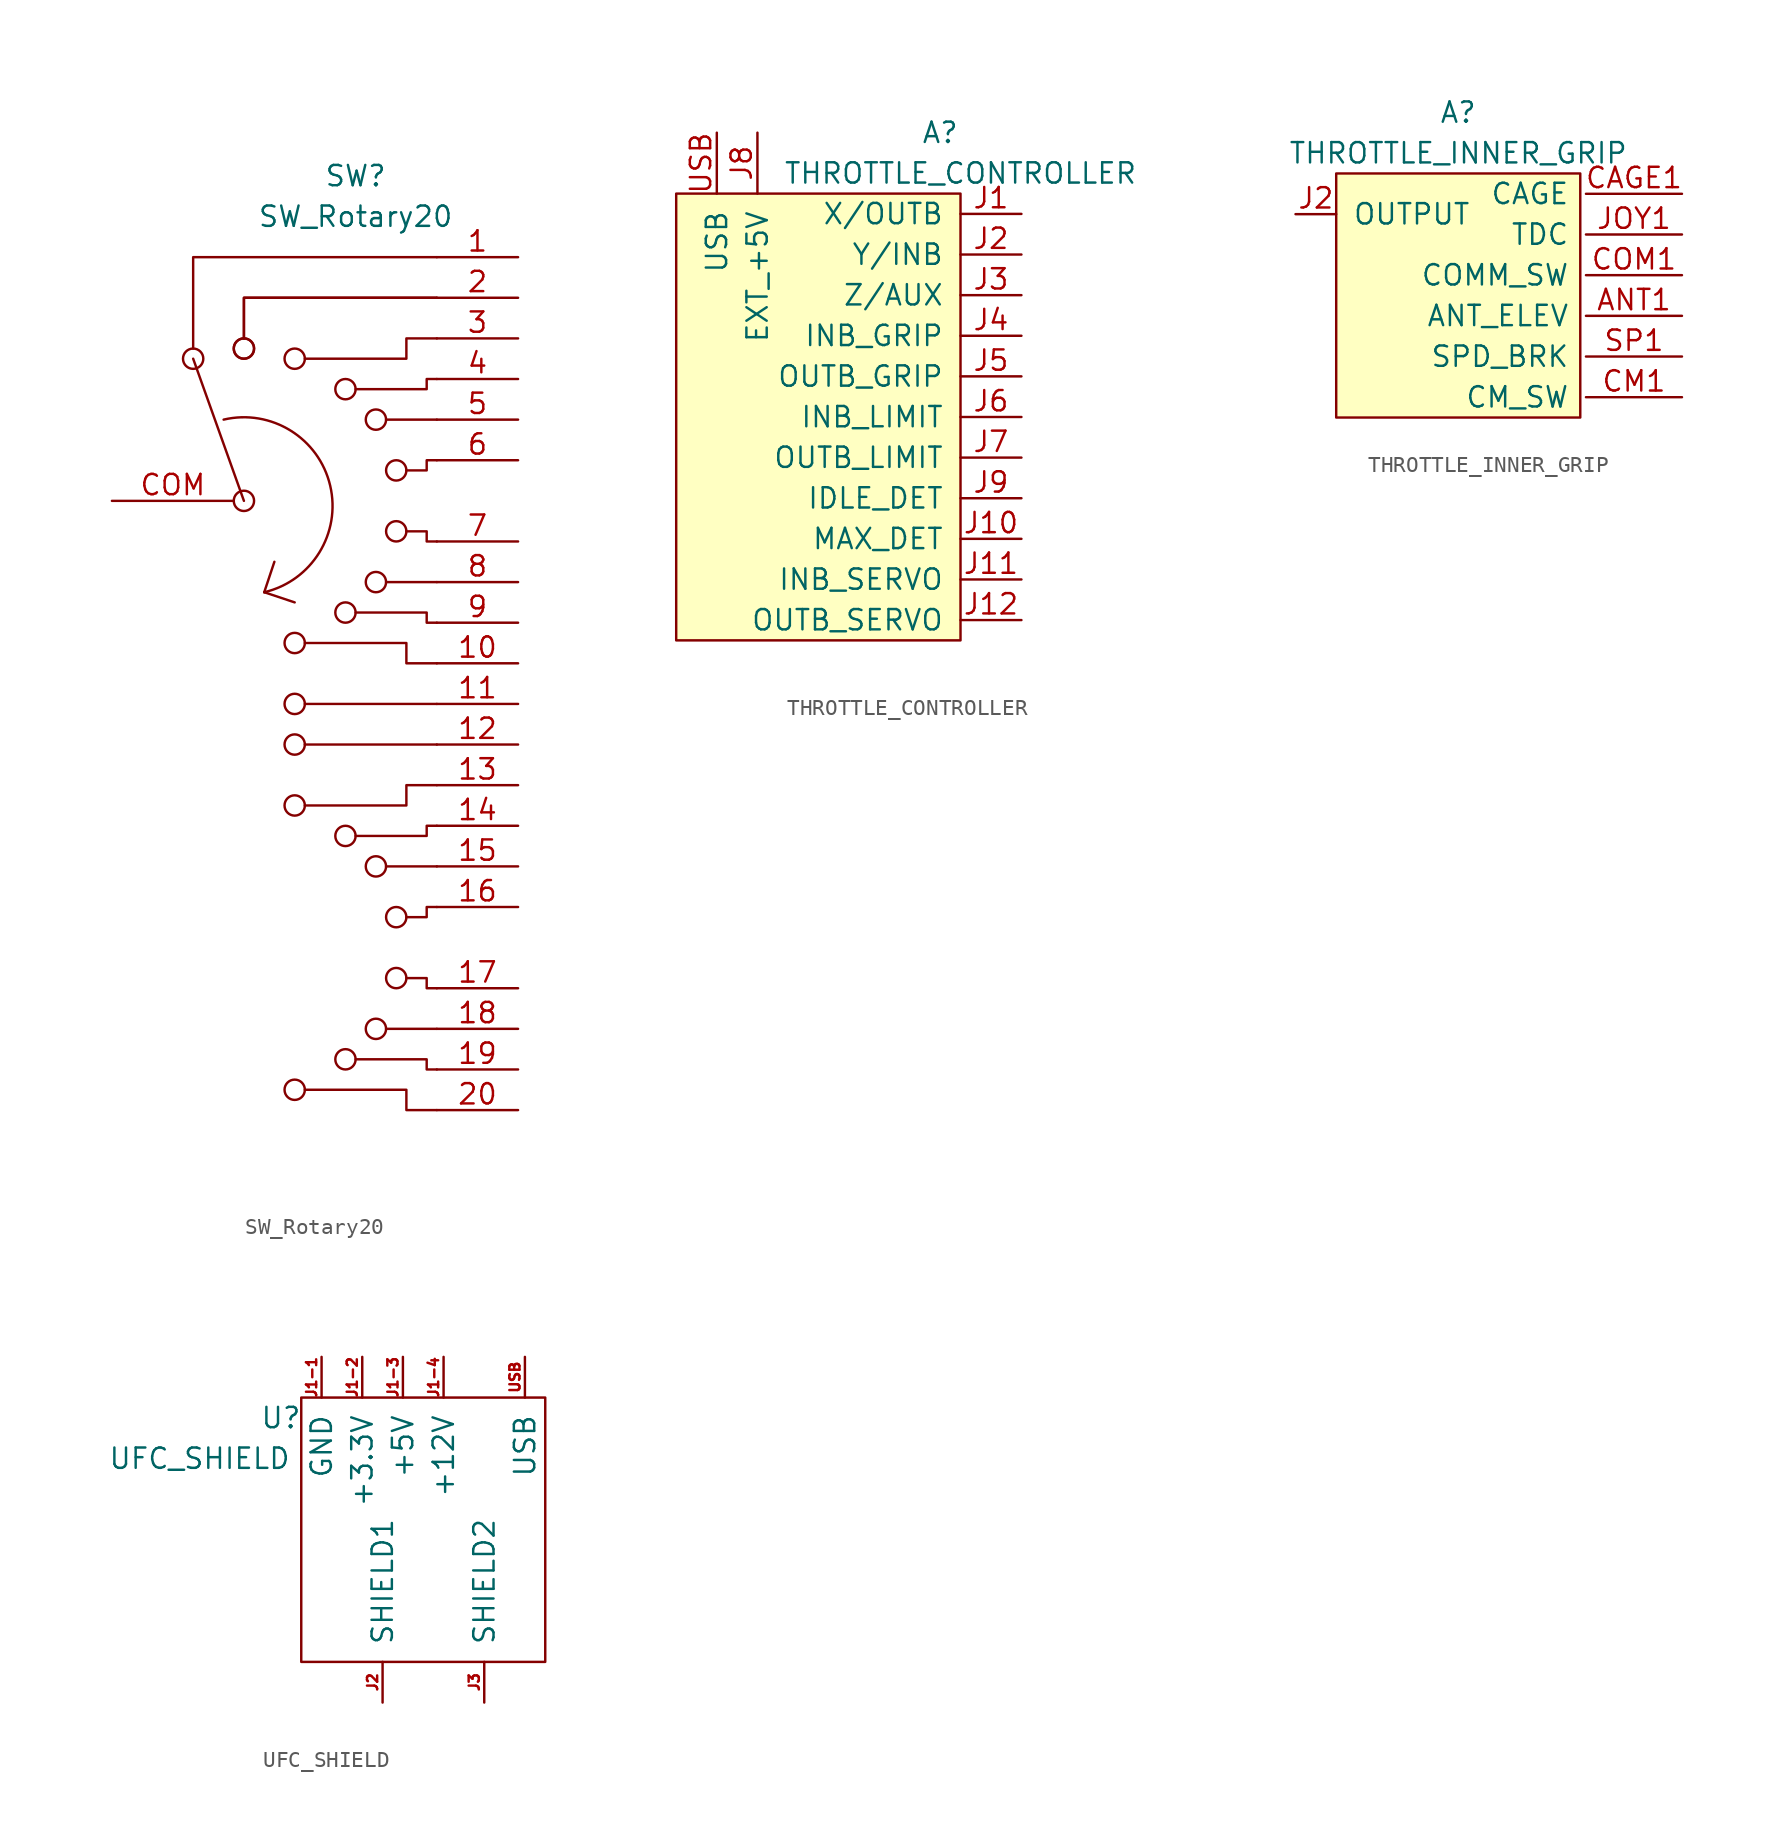
<source format=kicad_sym>
(kicad_symbol_lib
  (version 20220914)
  (generator kicad_symbol_editor)
  (symbol "SW_Rotary20"
    (pin_names
      (offset 1.016) hide)
    (property "Reference" "SW"
      (at 0 20.32 0)
      (effects (font (size 1.27 1.27))))
    (property "Value" "SW_Rotary20"
      (at 0 17.78 0)
      (effects (font (size 1.27 1.27))))
    (symbol "SW_Rotary20_0_0"
      (circle (center -10.16 8.89) (radius 0.635) (stroke (width 0) (type default)) (fill (type none)))
      (circle (center -6.985 0) (radius 0.635) (stroke (width 0) (type default)) (fill (type none)))
      (circle (center -6.985 9.525) (radius 0.635) (stroke (width 0) (type default)) (fill (type none)))
      (circle (center -6.985 9.525) (radius 0.635) (stroke (width 0) (type default)) (fill (type none)))
      (arc (start -5.715 -5.715) (mid -1.5995 0.937) (end -8.255 5.08) (stroke (width 0) (type default)) (fill (type none)))
      (circle (center -3.81 -36.83) (radius 0.635) (stroke (width 0) (type default)) (fill (type none)))
      (circle (center -3.81 -19.05) (radius 0.635) (stroke (width 0) (type default)) (fill (type none)))
      (circle (center -3.81 -12.7) (radius 0.635) (stroke (width 0) (type default)) (fill (type none)))
      (circle (center -3.81 -8.89) (radius 0.635) (stroke (width 0) (type default)) (fill (type none)))
      (circle (center -3.81 8.89) (radius 0.635) (stroke (width 0) (type default)) (fill (type none)))
      (circle (center -0.635 -34.925) (radius 0.635) (stroke (width 0) (type default)) (fill (type none)))
      (circle (center -0.635 -20.955) (radius 0.635) (stroke (width 0) (type default)) (fill (type none)))
      (circle (center -0.635 -6.985) (radius 0.635) (stroke (width 0) (type default)) (fill (type none)))
      (circle (center -0.635 6.985) (radius 0.635) (stroke (width 0) (type default)) (fill (type none)))
      (polyline (pts (xy -6.985 0) (xy -10.16 8.89)) (stroke (width 0) (type default)) (fill (type none)))
      (polyline (pts (xy -5.715 -5.715) (xy -5.08 -3.81)) (stroke (width 0) (type default)) (fill (type none)))
      (polyline (pts (xy -5.715 -5.715) (xy -3.81 -6.35)) (stroke (width 0) (type default)) (fill (type none)))
      (polyline (pts (xy 1.905 -33.02) (xy 5.08 -33.02)) (stroke (width 0) (type default)) (fill (type none)))
      (polyline (pts (xy 1.905 -22.86) (xy 5.08 -22.86)) (stroke (width 0) (type default)) (fill (type none)))
      (polyline (pts (xy 1.905 -5.08) (xy 5.08 -5.08)) (stroke (width 0) (type default)) (fill (type none)))
      (polyline (pts (xy 1.905 5.08) (xy 5.08 5.08)) (stroke (width 0) (type default)) (fill (type none)))
      (polyline (pts (xy -10.16 9.525) (xy -10.16 15.24) (xy 5.08 15.24)) (stroke (width 0) (type default)) (fill (type none)))
      (polyline (pts (xy -6.985 10.16) (xy -6.985 12.7) (xy 5.08 12.7)) (stroke (width 0) (type default)) (fill (type none)))
      (polyline (pts (xy -6.985 10.16) (xy -6.985 12.7) (xy 5.08 12.7)) (stroke (width 0) (type default)) (fill (type none)))
      (polyline (pts (xy -3.175 -36.83) (xy 3.175 -36.83) (xy 3.175 -38.1) (xy 5.08 -38.1)) (stroke (width 0) (type default)) (fill (type none)))
      (polyline (pts (xy -3.175 -19.05) (xy 3.175 -19.05) (xy 3.175 -17.78) (xy 5.08 -17.78)) (stroke (width 0) (type default)) (fill (type none)))
      (polyline (pts (xy -3.175 -8.89) (xy 3.175 -8.89) (xy 3.175 -10.16) (xy 5.08 -10.16)) (stroke (width 0) (type default)) (fill (type none)))
      (polyline (pts (xy -3.175 8.89) (xy 3.175 8.89) (xy 3.175 10.16) (xy 5.08 10.16)) (stroke (width 0) (type default)) (fill (type none)))
      (polyline (pts (xy 0 -34.925) (xy 4.445 -34.925) (xy 4.445 -35.56) (xy 5.08 -35.56)) (stroke (width 0) (type default)) (fill (type none)))
      (polyline (pts (xy 0 -20.955) (xy 4.445 -20.955) (xy 4.445 -20.32) (xy 5.08 -20.32)) (stroke (width 0) (type default)) (fill (type none)))
      (polyline (pts (xy 0 -6.985) (xy 4.445 -6.985) (xy 4.445 -7.62) (xy 5.08 -7.62)) (stroke (width 0) (type default)) (fill (type none)))
      (polyline (pts (xy 0 6.985) (xy 4.445 6.985) (xy 4.445 7.62) (xy 5.08 7.62)) (stroke (width 0) (type default)) (fill (type none)))
      (polyline (pts (xy 3.175 -29.845) (xy 4.445 -29.845) (xy 4.445 -30.48) (xy 5.08 -30.48)) (stroke (width 0) (type default)) (fill (type none)))
      (polyline (pts (xy 3.175 -26.035) (xy 4.445 -26.035) (xy 4.445 -25.4) (xy 5.08 -25.4)) (stroke (width 0) (type default)) (fill (type none)))
      (polyline (pts (xy 3.175 -1.905) (xy 4.445 -1.905) (xy 4.445 -2.54) (xy 5.08 -2.54)) (stroke (width 0) (type default)) (fill (type none)))
      (polyline (pts (xy 3.175 1.905) (xy 4.445 1.905) (xy 4.445 2.54) (xy 5.08 2.54)) (stroke (width 0) (type default)) (fill (type none)))
      (circle (center 1.27 -33.02) (radius 0.635) (stroke (width 0) (type default)) (fill (type none)))
      (circle (center 1.27 -22.86) (radius 0.635) (stroke (width 0) (type default)) (fill (type none)))
      (circle (center 1.27 -5.08) (radius 0.635) (stroke (width 0) (type default)) (fill (type none)))
      (circle (center 1.27 5.08) (radius 0.635) (stroke (width 0) (type default)) (fill (type none)))
      (circle (center 2.54 -29.845) (radius 0.635) (stroke (width 0) (type default)) (fill (type none)))
      (circle (center 2.54 -26.035) (radius 0.635) (stroke (width 0) (type default)) (fill (type none)))
      (circle (center 2.54 -1.905) (radius 0.635) (stroke (width 0) (type default)) (fill (type none)))
      (circle (center 2.54 1.905) (radius 0.635) (stroke (width 0) (type default)) (fill (type none))))
    (symbol "SW_Rotary20_0_1"
      (circle (center -3.81 -15.24) (radius 0.635) (stroke (width 0) (type default)) (fill (type none)))
      (polyline (pts (xy -3.175 -15.24) (xy 5.08 -15.24)) (stroke (width 0) (type default)) (fill (type none)))
      (polyline (pts (xy -3.175 -12.7) (xy 5.08 -12.7)) (stroke (width 0) (type default)) (fill (type none)))
      (pin passive line (at 10.16 15.24 180) (length 5.08) (name "1" (effects (font (size 1.27 1.27)))) (number "1" (effects (font (size 1.27 1.27)))))
      (pin passive line (at 10.16 -10.16 180) (length 5.08) (name "10" (effects (font (size 1.27 1.27)))) (number "10" (effects (font (size 1.27 1.27)))))
      (pin passive line (at 10.16 -12.7 180) (length 5.08) (name "11" (effects (font (size 1.27 1.27)))) (number "11" (effects (font (size 1.27 1.27)))))
      (pin passive line (at 10.16 -15.24 180) (length 5.08) (name "12" (effects (font (size 1.27 1.27)))) (number "12" (effects (font (size 1.27 1.27)))))
      (pin passive line (at 10.16 -17.78 180) (length 5.08) (name "13" (effects (font (size 1.27 1.27)))) (number "13" (effects (font (size 1.27 1.27)))))
      (pin passive line (at 10.16 -20.32 180) (length 5.08) (name "14" (effects (font (size 1.27 1.27)))) (number "14" (effects (font (size 1.27 1.27)))))
      (pin passive line (at 10.16 -22.86 180) (length 5.08) (name "15" (effects (font (size 1.27 1.27)))) (number "15" (effects (font (size 1.27 1.27)))))
      (pin passive line (at 10.16 -25.4 180) (length 5.08) (name "16" (effects (font (size 1.27 1.27)))) (number "16" (effects (font (size 1.27 1.27)))))
      (pin passive line (at 10.16 -30.48 180) (length 5.08) (name "17" (effects (font (size 1.27 1.27)))) (number "17" (effects (font (size 1.27 1.27)))))
      (pin passive line (at 10.16 -33.02 180) (length 5.08) (name "18" (effects (font (size 1.27 1.27)))) (number "18" (effects (font (size 1.27 1.27)))))
      (pin passive line (at 10.16 -35.56 180) (length 5.08) (name "19" (effects (font (size 1.27 1.27)))) (number "19" (effects (font (size 1.27 1.27)))))
      (pin passive line (at 10.16 12.7 180) (length 5.08) (name "2" (effects (font (size 1.27 1.27)))) (number "2" (effects (font (size 1.27 1.27)))))
      (pin passive line (at 10.16 -38.1 180) (length 5.08) (name "20" (effects (font (size 1.27 1.27)))) (number "20" (effects (font (size 1.27 1.27)))))
      (pin passive line (at 10.16 10.16 180) (length 5.08) (name "3" (effects (font (size 1.27 1.27)))) (number "3" (effects (font (size 1.27 1.27)))))
      (pin passive line (at 10.16 7.62 180) (length 5.08) (name "4" (effects (font (size 1.27 1.27)))) (number "4" (effects (font (size 1.27 1.27)))))
      (pin passive line (at 10.16 5.08 180) (length 5.08) (name "5" (effects (font (size 1.27 1.27)))) (number "5" (effects (font (size 1.27 1.27)))))
      (pin passive line (at 10.16 2.54 180) (length 5.08) (name "6" (effects (font (size 1.27 1.27)))) (number "6" (effects (font (size 1.27 1.27)))))
      (pin passive line (at 10.16 -2.54 180) (length 5.08) (name "7" (effects (font (size 1.27 1.27)))) (number "7" (effects (font (size 1.27 1.27)))))
      (pin passive line (at 10.16 -5.08 180) (length 5.08) (name "8" (effects (font (size 1.27 1.27)))) (number "8" (effects (font (size 1.27 1.27)))))
      (pin passive line (at 10.16 -7.62 180) (length 5.08) (name "9" (effects (font (size 1.27 1.27)))) (number "9" (effects (font (size 1.27 1.27)))))
      (pin passive line (at -15.24 0 0) (length 7.62) (name "COM" (effects (font (size 1.27 1.27)))) (number "COM" (effects (font (size 1.27 1.27)))))))
  (symbol "THROTTLE_CONTROLLER"
    (pin_names
      (offset 1.016))
    (property "Reference" "A"
      (at 6.35 16.51 0)
      (effects (font (size 1.27 1.27))))
    (property "Value" "THROTTLE_CONTROLLER"
      (at 7.62 13.97 0)
      (effects (font (size 1.27 1.27))))
    (symbol "THROTTLE_CONTROLLER_0_0"
      (pin unspecified line (at 11.43 11.43 180) (length 3.81) (name "X/OUTB" (effects (font (size 1.27 1.27)))) (number "J1" (effects (font (size 1.27 1.27)))))
      (pin unspecified line (at 11.43 -8.89 180) (length 3.81) (name "MAX_DET" (effects (font (size 1.27 1.27)))) (number "J10" (effects (font (size 1.27 1.27)))))
      (pin unspecified line (at 11.43 -11.43 180) (length 3.81) (name "INB_SERVO" (effects (font (size 1.27 1.27)))) (number "J11" (effects (font (size 1.27 1.27)))))
      (pin unspecified line (at 11.43 -13.97 180) (length 3.81) (name "OUTB_SERVO" (effects (font (size 1.27 1.27)))) (number "J12" (effects (font (size 1.27 1.27)))))
      (pin unspecified line (at 11.43 8.89 180) (length 3.81) (name "Y/INB" (effects (font (size 1.27 1.27)))) (number "J2" (effects (font (size 1.27 1.27)))))
      (pin unspecified line (at 11.43 6.35 180) (length 3.81) (name "Z/AUX" (effects (font (size 1.27 1.27)))) (number "J3" (effects (font (size 1.27 1.27)))))
      (pin unspecified line (at 11.43 3.81 180) (length 3.81) (name "INB_GRIP" (effects (font (size 1.27 1.27)))) (number "J4" (effects (font (size 1.27 1.27)))))
      (pin unspecified line (at 11.43 1.27 180) (length 3.81) (name "OUTB_GRIP" (effects (font (size 1.27 1.27)))) (number "J5" (effects (font (size 1.27 1.27)))))
      (pin unspecified line (at 11.43 -1.27 180) (length 3.81) (name "INB_LIMIT" (effects (font (size 1.27 1.27)))) (number "J6" (effects (font (size 1.27 1.27)))))
      (pin unspecified line (at 11.43 -3.81 180) (length 3.81) (name "OUTB_LIMIT" (effects (font (size 1.27 1.27)))) (number "J7" (effects (font (size 1.27 1.27)))))
      (pin unspecified line (at -5.08 16.51 270) (length 3.81) (name "EXT_+5V" (effects (font (size 1.27 1.27)))) (number "J8" (effects (font (size 1.27 1.27)))))
      (pin unspecified line (at 11.43 -6.35 180) (length 3.81) (name "IDLE_DET" (effects (font (size 1.27 1.27)))) (number "J9" (effects (font (size 1.27 1.27)))))
      (pin unspecified line (at -7.62 16.51 270) (length 3.81) (name "USB" (effects (font (size 1.27 1.27)))) (number "USB" (effects (font (size 1.27 1.27))))))
    (symbol "THROTTLE_CONTROLLER_0_1"
      (rectangle (start -10.16 12.7) (end 7.62 -15.24) (stroke (width 0) (type default)) (fill (type background)))))
  (symbol "THROTTLE_INNER_GRIP"
    (pin_names
      (offset 1.016))
    (property "Reference" "A"
      (at 0 11.43 0)
      (effects (font (size 1.27 1.27))))
    (property "Value" "THROTTLE_INNER_GRIP"
      (at 0 8.89 0)
      (effects (font (size 1.27 1.27))))
    (symbol "THROTTLE_INNER_GRIP_0_0"
      (pin unspecified line (at 13.97 -1.27 180) (length 5.994) (name "ANT_ELEV" (effects (font (size 1.27 1.27)))) (number "ANT1" (effects (font (size 1.27 1.27)))))
      (pin unspecified line (at 13.97 6.35 180) (length 5.994) (name "CAGE" (effects (font (size 1.27 1.27)))) (number "CAGE1" (effects (font (size 1.27 1.27)))))
      (pin unspecified line (at 13.97 -6.35 180) (length 5.994) (name "CM_SW" (effects (font (size 1.27 1.27)))) (number "CM1" (effects (font (size 1.27 1.27)))))
      (pin unspecified line (at 13.97 1.27 180) (length 5.994) (name "COMM_SW" (effects (font (size 1.27 1.27)))) (number "COM1" (effects (font (size 1.27 1.27)))))
      (pin unspecified line (at -10.16 5.08 0) (length 2.54) (name "OUTPUT" (effects (font (size 1.27 1.27)))) (number "J2" (effects (font (size 1.27 1.27)))))
      (pin unspecified line (at 13.97 3.81 180) (length 5.994) (name "TDC" (effects (font (size 1.27 1.27)))) (number "JOY1" (effects (font (size 1.27 1.27)))))
      (pin unspecified line (at 13.97 -3.81 180) (length 5.994) (name "SPD_BRK" (effects (font (size 1.27 1.27)))) (number "SP1" (effects (font (size 1.27 1.27))))))
    (symbol "THROTTLE_INNER_GRIP_0_1"
      (rectangle (start -7.62 7.62) (end 7.62 -7.62) (stroke (width 0) (type default)) (fill (type background)))))
  (symbol "UFC_SHIELD"
    (pin_names
      (offset 1.016))
    (property "Reference" "U"
      (at -8.89 6.35 0)
      (effects (font (size 1.27 1.27))))
    (property "Value" "UFC_SHIELD"
      (at -13.97 3.81 0)
      (effects (font (size 1.27 1.27))))
    (symbol "UFC_SHIELD_0_0"
      (pin power_out line (at -6.35 10.16 270) (length 2.54) (name "GND" (effects (font (size 1.27 1.27)))) (number "J1-1" (effects (font (size 0.635 0.635)))))
      (pin power_in line (at -3.81 10.16 270) (length 2.54) (name "+3.3V" (effects (font (size 1.27 1.27)))) (number "J1-2" (effects (font (size 0.635 0.635)))))
      (pin power_in line (at -1.27 10.16 270) (length 2.54) (name "+5V" (effects (font (size 1.27 1.27)))) (number "J1-3" (effects (font (size 0.635 0.635)))))
      (pin power_in line (at 1.27 10.16 270) (length 2.54) (name "+12V" (effects (font (size 1.27 1.27)))) (number "J1-4" (effects (font (size 0.635 0.635)))))
      (pin bidirectional line (at -2.54 -11.43 90) (length 2.54) (name "SHIELD1" (effects (font (size 1.27 1.27)))) (number "J2" (effects (font (size 0.635 0.635)))))
      (pin bidirectional line (at 3.81 -11.43 90) (length 2.54) (name "SHIELD2" (effects (font (size 1.27 1.27)))) (number "J3" (effects (font (size 0.635 0.635)))))
      (pin bidirectional line (at 6.35 10.16 270) (length 2.54) (name "USB" (effects (font (size 1.27 1.27)))) (number "USB" (effects (font (size 0.635 0.635))))))
    (symbol "UFC_SHIELD_0_1"
      (rectangle (start -7.62 7.62) (end 7.62 -8.89) (stroke (width 0) (type default)) (fill (type none))))))
</source>
